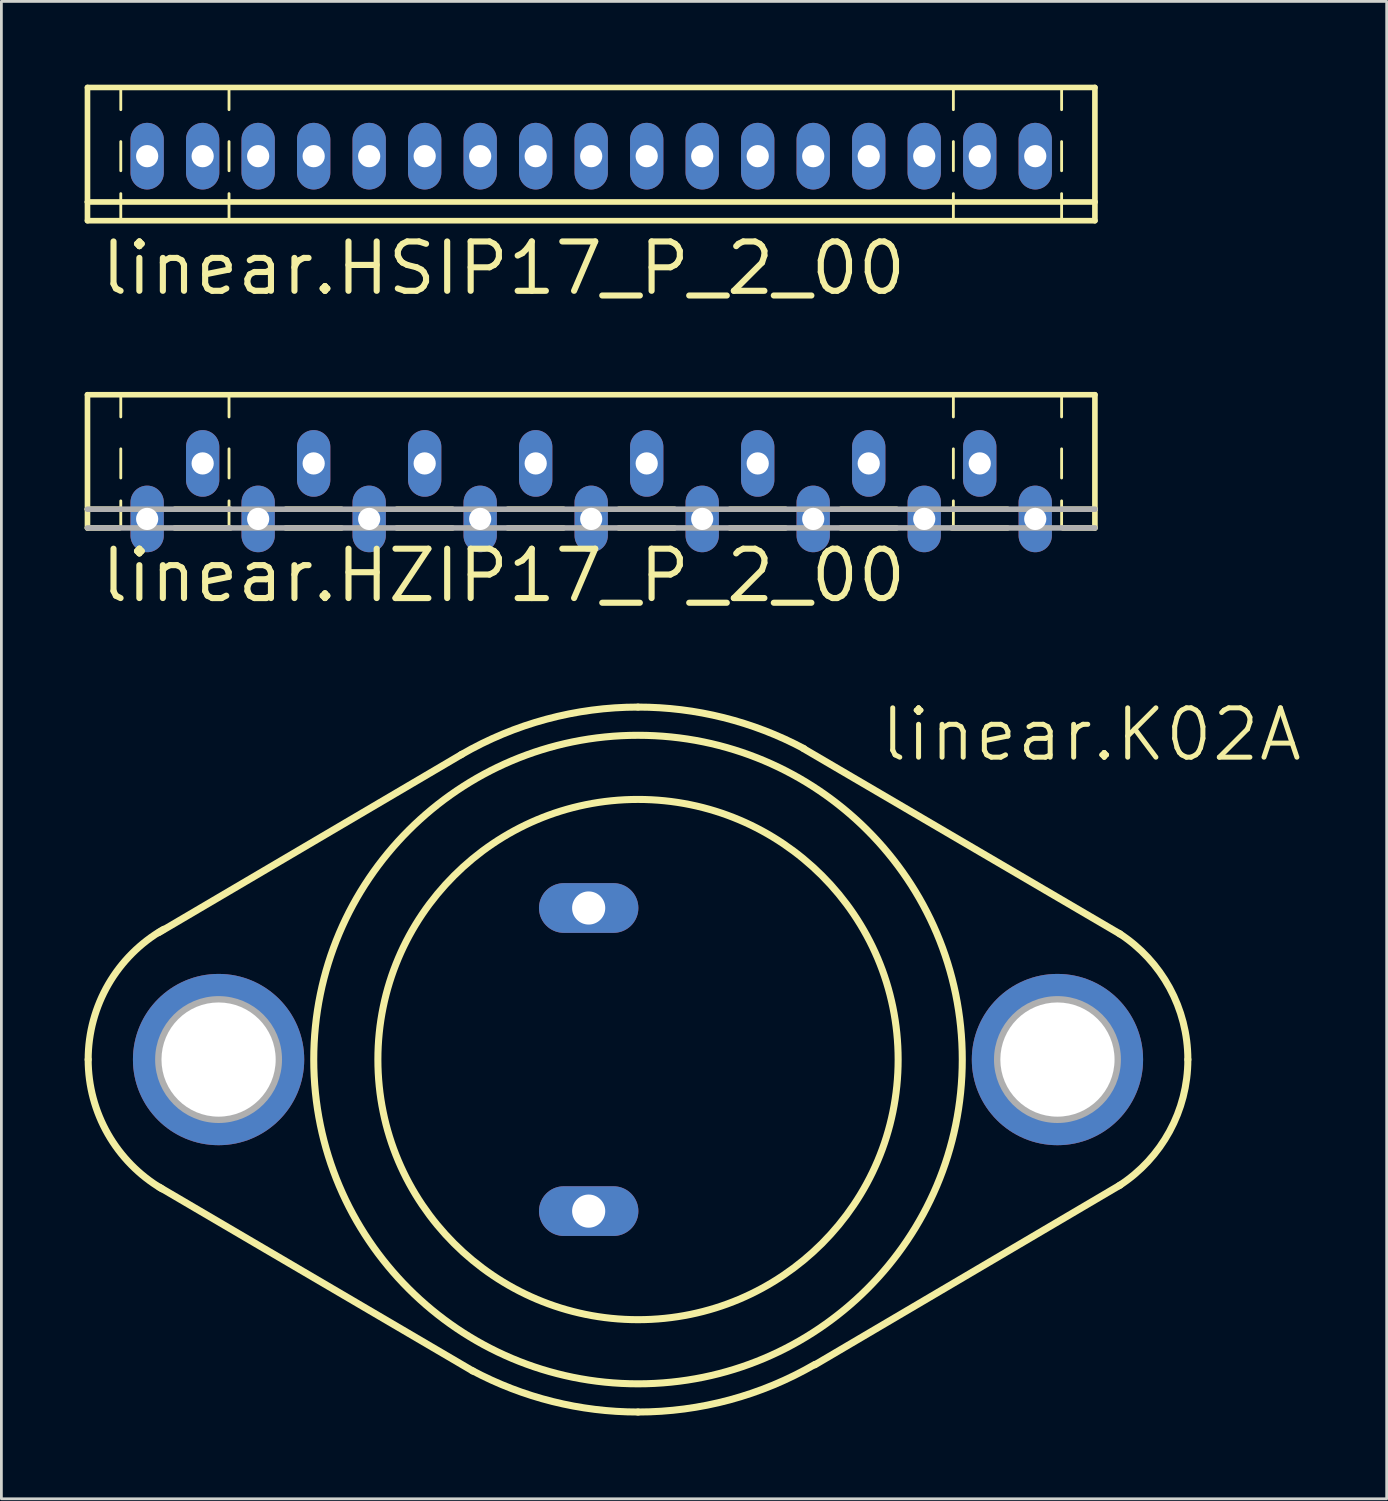
<source format=kicad_pcb>
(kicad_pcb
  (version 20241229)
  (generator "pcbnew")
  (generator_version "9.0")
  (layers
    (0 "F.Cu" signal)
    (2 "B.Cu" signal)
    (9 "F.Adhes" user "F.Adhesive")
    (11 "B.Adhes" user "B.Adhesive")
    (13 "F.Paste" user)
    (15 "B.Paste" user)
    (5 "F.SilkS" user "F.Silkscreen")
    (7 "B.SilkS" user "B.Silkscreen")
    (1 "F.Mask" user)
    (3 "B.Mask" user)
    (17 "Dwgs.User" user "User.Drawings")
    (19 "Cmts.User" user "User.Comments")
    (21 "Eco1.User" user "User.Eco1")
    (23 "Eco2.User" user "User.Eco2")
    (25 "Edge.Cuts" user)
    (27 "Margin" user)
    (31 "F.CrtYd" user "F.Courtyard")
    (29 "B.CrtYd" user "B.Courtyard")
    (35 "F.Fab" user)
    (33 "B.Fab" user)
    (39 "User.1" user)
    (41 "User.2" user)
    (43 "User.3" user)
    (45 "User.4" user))
  (footprint "linear.HSIP17_P_2_00"
    (layer "F.Cu")
    (at 18.252 2.577)
    (property "Reference" "linear.HSIP17_P_2_00" (at -17.78 5.08 0) (layer "F.SilkS") (effects (font (size 1.778 1.778) (thickness 0.22)) (justify left bottom)))
    (attr through_hole)
    (fp_line (start -18.15 -2.475) (end 18.15 -2.475) (stroke (width 0.203) (type default)) (layer "F.SilkS"))
    (fp_line (start -18.15 1.65) (end -18.15 -2.475) (stroke (width 0.203) (type default)) (layer "F.SilkS"))
    (fp_line (start -18.15 2.325) (end -18.15 1.65) (stroke (width 0.203) (type default)) (layer "F.SilkS"))
    (fp_line (start -16.95 -2.375) (end -16.95 -1.675) (stroke (width 0.102) (type default)) (layer "F.SilkS"))
    (fp_line (start -16.95 -0.525) (end -16.95 0.525) (stroke (width 0.102) (type default)) (layer "F.SilkS"))
    (fp_line (start -16.95 1.35) (end -16.95 2.25) (stroke (width 0.102) (type default)) (layer "F.SilkS"))
    (fp_line (start -13.05 -2.375) (end -13.05 -1.675) (stroke (width 0.102) (type default)) (layer "F.SilkS"))
    (fp_line (start -13.05 -0.525) (end -13.05 0.525) (stroke (width 0.102) (type default)) (layer "F.SilkS"))
    (fp_line (start -13.05 1.35) (end -13.05 2.25) (stroke (width 0.102) (type default)) (layer "F.SilkS"))
    (fp_line (start 13.05 -2.375) (end 13.05 -1.675) (stroke (width 0.102) (type default)) (layer "F.SilkS"))
    (fp_line (start 13.05 -0.525) (end 13.05 0.525) (stroke (width 0.102) (type default)) (layer "F.SilkS"))
    (fp_line (start 13.05 1.35) (end 13.05 2.25) (stroke (width 0.102) (type default)) (layer "F.SilkS"))
    (fp_line (start 16.95 -2.375) (end 16.95 -1.675) (stroke (width 0.102) (type default)) (layer "F.SilkS"))
    (fp_line (start 16.95 -0.525) (end 16.95 0.525) (stroke (width 0.102) (type default)) (layer "F.SilkS"))
    (fp_line (start 16.95 1.35) (end 16.95 2.25) (stroke (width 0.102) (type default)) (layer "F.SilkS"))
    (fp_line (start 18.15 -2.475) (end 18.15 1.65) (stroke (width 0.203) (type default)) (layer "F.SilkS"))
    (fp_line (start 18.15 1.65) (end -18.15 1.65) (stroke (width 0.203) (type default)) (layer "F.SilkS"))
    (fp_line (start 18.15 1.65) (end 18.15 2.325) (stroke (width 0.203) (type default)) (layer "F.SilkS"))
    (fp_line (start 18.15 2.325) (end -18.15 2.325) (stroke (width 0.203) (type default)) (layer "F.SilkS"))
    (pad "1" thru_hole oval (at -16 0 90) (size 2.4 1.2) (drill 0.8) (layers "*.Cu" "*.Mask"))
    (pad "2" thru_hole oval (at -14 0 90) (size 2.4 1.2) (drill 0.8) (layers "*.Cu" "*.Mask"))
    (pad "3" thru_hole oval (at -12 0 90) (size 2.4 1.2) (drill 0.8) (layers "*.Cu" "*.Mask"))
    (pad "4" thru_hole oval (at -10 0 90) (size 2.4 1.2) (drill 0.8) (layers "*.Cu" "*.Mask"))
    (pad "5" thru_hole oval (at -8 0 90) (size 2.4 1.2) (drill 0.8) (layers "*.Cu" "*.Mask"))
    (pad "6" thru_hole oval (at -6 0 90) (size 2.4 1.2) (drill 0.8) (layers "*.Cu" "*.Mask"))
    (pad "7" thru_hole oval (at -4 0 90) (size 2.4 1.2) (drill 0.8) (layers "*.Cu" "*.Mask"))
    (pad "8" thru_hole oval (at -2 0 90) (size 2.4 1.2) (drill 0.8) (layers "*.Cu" "*.Mask"))
    (pad "9" thru_hole oval (at 0 0 90) (size 2.4 1.2) (drill 0.8) (layers "*.Cu" "*.Mask"))
    (pad "10" thru_hole oval (at 2 0 90) (size 2.4 1.2) (drill 0.8) (layers "*.Cu" "*.Mask"))
    (pad "11" thru_hole oval (at 4 0 90) (size 2.4 1.2) (drill 0.8) (layers "*.Cu" "*.Mask"))
    (pad "12" thru_hole oval (at 6 0 90) (size 2.4 1.2) (drill 0.8) (layers "*.Cu" "*.Mask"))
    (pad "13" thru_hole oval (at 8 0 90) (size 2.4 1.2) (drill 0.8) (layers "*.Cu" "*.Mask"))
    (pad "14" thru_hole oval (at 10 0 90) (size 2.4 1.2) (drill 0.8) (layers "*.Cu" "*.Mask"))
    (pad "15" thru_hole oval (at 12 0 90) (size 2.4 1.2) (drill 0.8) (layers "*.Cu" "*.Mask"))
    (pad "16" thru_hole oval (at 14 0 90) (size 2.4 1.2) (drill 0.8) (layers "*.Cu" "*.Mask"))
    (pad "17" thru_hole oval (at 16 0 90) (size 2.4 1.2) (drill 0.8) (layers "*.Cu" "*.Mask")))
  (footprint "linear.HZIP17_P_2_00"
    (layer "F.Cu")
    (at 18.252 13.648)
    (property "Reference" "linear.HZIP17_P_2_00" (at -17.78 5.08 0) (layer "F.SilkS") (effects (font (size 1.778 1.778) (thickness 0.22)) (justify left bottom)))
    (attr through_hole)
    (fp_line (start -18.15 -2.475) (end 18.15 -2.475) (stroke (width 0.203) (type default)) (layer "F.SilkS"))
    (fp_line (start -18.15 1.65) (end -18.15 -2.475) (stroke (width 0.203) (type default)) (layer "F.SilkS"))
    (fp_line (start -18.15 2.325) (end -18.15 1.65) (stroke (width 0.203) (type default)) (layer "F.SilkS"))
    (fp_line (start -17 1.65) (end -18.15 1.65) (stroke (width 0.203) (type default)) (layer "F.SilkS"))
    (fp_line (start -17 2.325) (end -18.15 2.325) (stroke (width 0.203) (type default)) (layer "F.SilkS"))
    (fp_line (start -16.95 -2.375) (end -16.95 -1.675) (stroke (width 0.102) (type default)) (layer "F.SilkS"))
    (fp_line (start -16.95 -0.525) (end -16.95 0.525) (stroke (width 0.102) (type default)) (layer "F.SilkS"))
    (fp_line (start -16.95 1.35) (end -16.95 2.25) (stroke (width 0.102) (type default)) (layer "F.SilkS"))
    (fp_line (start -13.05 -2.375) (end -13.05 -1.675) (stroke (width 0.102) (type default)) (layer "F.SilkS"))
    (fp_line (start -13.05 -0.525) (end -13.05 0.525) (stroke (width 0.102) (type default)) (layer "F.SilkS"))
    (fp_line (start -13.05 1.35) (end -13.05 2.25) (stroke (width 0.102) (type default)) (layer "F.SilkS"))
    (fp_line (start -13 1.65) (end -15 1.65) (stroke (width 0.203) (type default)) (layer "F.SilkS"))
    (fp_line (start -13 2.325) (end -15 2.325) (stroke (width 0.203) (type default)) (layer "F.SilkS"))
    (fp_line (start -9 1.65) (end -11 1.65) (stroke (width 0.203) (type default)) (layer "F.SilkS"))
    (fp_line (start -9 2.325) (end -11 2.325) (stroke (width 0.203) (type default)) (layer "F.SilkS"))
    (fp_line (start -5 1.65) (end -7 1.65) (stroke (width 0.203) (type default)) (layer "F.SilkS"))
    (fp_line (start -5 2.325) (end -7 2.325) (stroke (width 0.203) (type default)) (layer "F.SilkS"))
    (fp_line (start -1 1.65) (end -3 1.65) (stroke (width 0.203) (type default)) (layer "F.SilkS"))
    (fp_line (start -1 2.325) (end -3 2.325) (stroke (width 0.203) (type default)) (layer "F.SilkS"))
    (fp_line (start 3 1.65) (end 1 1.65) (stroke (width 0.203) (type default)) (layer "F.SilkS"))
    (fp_line (start 3 2.325) (end 1 2.325) (stroke (width 0.203) (type default)) (layer "F.SilkS"))
    (fp_line (start 7 1.65) (end 5 1.65) (stroke (width 0.203) (type default)) (layer "F.SilkS"))
    (fp_line (start 7 2.325) (end 5 2.325) (stroke (width 0.203) (type default)) (layer "F.SilkS"))
    (fp_line (start 11 1.65) (end 9 1.65) (stroke (width 0.203) (type default)) (layer "F.SilkS"))
    (fp_line (start 11 2.325) (end 9 2.325) (stroke (width 0.203) (type default)) (layer "F.SilkS"))
    (fp_line (start 13.05 -2.375) (end 13.05 -1.675) (stroke (width 0.102) (type default)) (layer "F.SilkS"))
    (fp_line (start 13.05 -0.525) (end 13.05 0.525) (stroke (width 0.102) (type default)) (layer "F.SilkS"))
    (fp_line (start 13.05 1.35) (end 13.05 2.25) (stroke (width 0.102) (type default)) (layer "F.SilkS"))
    (fp_line (start 15 1.65) (end 13 1.65) (stroke (width 0.203) (type default)) (layer "F.SilkS"))
    (fp_line (start 15 2.325) (end 13 2.325) (stroke (width 0.203) (type default)) (layer "F.SilkS"))
    (fp_line (start 16.95 -2.375) (end 16.95 -1.675) (stroke (width 0.102) (type default)) (layer "F.SilkS"))
    (fp_line (start 16.95 -0.525) (end 16.95 0.525) (stroke (width 0.102) (type default)) (layer "F.SilkS"))
    (fp_line (start 16.95 1.35) (end 16.95 2.25) (stroke (width 0.102) (type default)) (layer "F.SilkS"))
    (fp_line (start 18.15 -2.475) (end 18.15 1.65) (stroke (width 0.203) (type default)) (layer "F.SilkS"))
    (fp_line (start 18.15 1.65) (end 17 1.65) (stroke (width 0.203) (type default)) (layer "F.SilkS"))
    (fp_line (start 18.15 1.65) (end 18.15 2.325) (stroke (width 0.203) (type default)) (layer "F.SilkS"))
    (fp_line (start 18.15 2.325) (end 17 2.325) (stroke (width 0.203) (type default)) (layer "F.SilkS"))
    (fp_line (start 18.15 1.65) (end -18.15 1.65) (stroke (width 0.203) (type default)) (layer "F.Fab"))
    (fp_line (start 18.15 2.325) (end -18.15 2.325) (stroke (width 0.203) (type default)) (layer "F.Fab"))
    (pad "1" thru_hole oval (at -16 2 90) (size 2.4 1.2) (drill 0.8) (layers "*.Cu" "*.Mask"))
    (pad "2" thru_hole oval (at -14 0 90) (size 2.4 1.2) (drill 0.8) (layers "*.Cu" "*.Mask"))
    (pad "3" thru_hole oval (at -12 2 90) (size 2.4 1.2) (drill 0.8) (layers "*.Cu" "*.Mask"))
    (pad "4" thru_hole oval (at -10 0 90) (size 2.4 1.2) (drill 0.8) (layers "*.Cu" "*.Mask"))
    (pad "5" thru_hole oval (at -8 2 90) (size 2.4 1.2) (drill 0.8) (layers "*.Cu" "*.Mask"))
    (pad "6" thru_hole oval (at -6 0 90) (size 2.4 1.2) (drill 0.8) (layers "*.Cu" "*.Mask"))
    (pad "7" thru_hole oval (at -4 2 90) (size 2.4 1.2) (drill 0.8) (layers "*.Cu" "*.Mask"))
    (pad "8" thru_hole oval (at -2 0 90) (size 2.4 1.2) (drill 0.8) (layers "*.Cu" "*.Mask"))
    (pad "9" thru_hole oval (at 0 2 90) (size 2.4 1.2) (drill 0.8) (layers "*.Cu" "*.Mask"))
    (pad "10" thru_hole oval (at 2 0 90) (size 2.4 1.2) (drill 0.8) (layers "*.Cu" "*.Mask"))
    (pad "11" thru_hole oval (at 4 2 90) (size 2.4 1.2) (drill 0.8) (layers "*.Cu" "*.Mask"))
    (pad "12" thru_hole oval (at 6 0 90) (size 2.4 1.2) (drill 0.8) (layers "*.Cu" "*.Mask"))
    (pad "13" thru_hole oval (at 8 2 90) (size 2.4 1.2) (drill 0.8) (layers "*.Cu" "*.Mask"))
    (pad "14" thru_hole oval (at 10 0 90) (size 2.4 1.2) (drill 0.8) (layers "*.Cu" "*.Mask"))
    (pad "15" thru_hole oval (at 12 2 90) (size 2.4 1.2) (drill 0.8) (layers "*.Cu" "*.Mask"))
    (pad "16" thru_hole oval (at 14 0 90) (size 2.4 1.2) (drill 0.8) (layers "*.Cu" "*.Mask"))
    (pad "17" thru_hole oval (at 16 2 90) (size 2.4 1.2) (drill 0.8) (layers "*.Cu" "*.Mask")))
  (footprint "linear.K02A"
    (layer "F.Cu")
    (at 19.939 35.128)
    (property "Reference" "linear.K02A" (at 8.636 -10.668 0) (layer "F.SilkS") (effects (font (size 1.778 1.778) (thickness 0.18)) (justify left bottom)))
    (attr through_hole)
    (fp_line (start -6.35 -10.998) (end -17.272 -4.572) (stroke (width 0.254) (type default)) (layer "F.SilkS"))
    (fp_line (start -5.944 11.227) (end -17.247 4.597) (stroke (width 0.254) (type default)) (layer "F.SilkS"))
    (fp_line (start 5.969 -11.201) (end 17.374 -4.521) (stroke (width 0.254) (type default)) (layer "F.SilkS"))
    (fp_line (start 6.375 10.998) (end 17.374 4.521) (stroke (width 0.254) (type default)) (layer "F.SilkS"))
    (fp_arc (start -19.812 0) (mid -19.08306 -2.712168) (end -17.0927 -4.6935) (stroke (width 0.254) (type default)) (layer "F.SilkS"))
    (fp_arc (start -17.1555 4.657) (mid -19.101186 2.680705) (end -19.812 0) (stroke (width 0.254) (type default)) (layer "F.SilkS"))
    (fp_arc (start -6.3718 -10.9859) (mid -3.299165 -12.263989) (end 0 -12.7) (stroke (width 0.254) (type default)) (layer "F.SilkS"))
    (fp_arc (start 0 -12.7) (mid 3.080216 -12.320822) (end 5.9765 -11.2059) (stroke (width 0.254) (type default)) (layer "F.SilkS"))
    (fp_arc (start 0 12.7) (mid -3.080216 12.320822) (end -5.9765 11.2059) (stroke (width 0.254) (type default)) (layer "F.SilkS"))
    (fp_arc (start 6.3718 10.9859) (mid 3.299165 12.263989) (end 0 12.7) (stroke (width 0.254) (type default)) (layer "F.SilkS"))
    (fp_arc (start 17.3366 -4.545) (mid 19.153012 -2.587691) (end 19.812 0) (stroke (width 0.254) (type default)) (layer "F.SilkS"))
    (fp_arc (start 19.812 0) (mid 19.153012 2.587691) (end 17.3366 4.545) (stroke (width 0.254) (type default)) (layer "F.SilkS"))
    (fp_circle (center 0 0) (end 9.373 0) (stroke (width 0.254) (type default)) (fill no) (layer "F.SilkS"))
    (fp_circle (center 0 0) (end 11.684 0) (stroke (width 0.254) (type default)) (fill no) (layer "F.SilkS"))
    (fp_circle (center -15.113 0) (end -12.954 0) (stroke (width 0.254) (type default)) (fill no) (layer "F.Fab"))
    (fp_circle (center 15.113 0) (end 17.272 0) (stroke (width 0.254) (type default)) (fill no) (layer "F.Fab"))
    (pad "1" thru_hole oval (at -1.778 -5.461) (size 3.581 1.791) (drill 1.194) (layers "*.Cu" "*.Mask"))
    (pad "2" thru_hole oval (at -1.778 5.461) (size 3.581 1.791) (drill 1.194) (layers "*.Cu" "*.Mask"))
    (pad "3" thru_hole circle (at 15.113 0) (size 6.172 6.172) (drill 4.115) (layers "*.Cu" "*.Mask"))
    (pad "3/" thru_hole circle (at -15.113 0) (size 6.172 6.172) (drill 4.115) (layers "*.Cu" "*.Mask")))
  (gr_rect
    (start -3 -3)
    (end 46.915 50.955)
    (stroke (width 0.1) (type default))
    (fill no)
    (layer "Edge.Cuts")))
</source>
